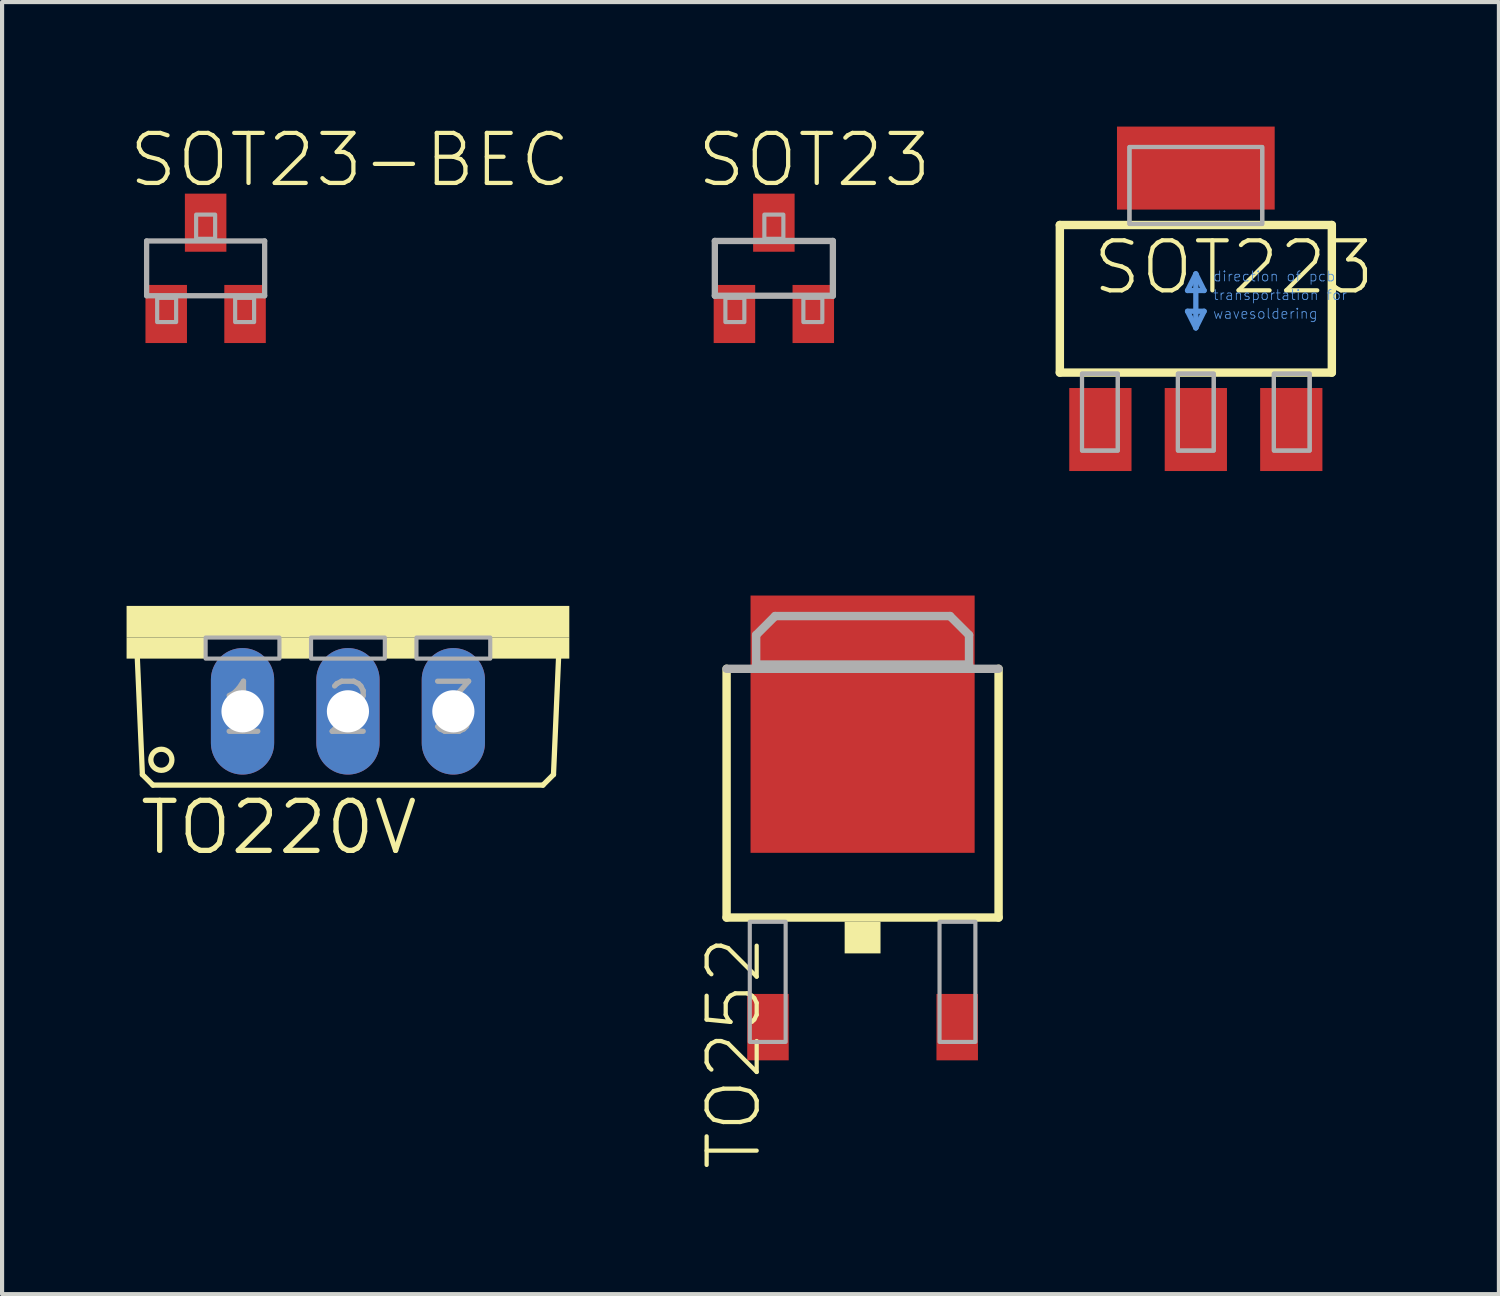
<source format=kicad_pcb>
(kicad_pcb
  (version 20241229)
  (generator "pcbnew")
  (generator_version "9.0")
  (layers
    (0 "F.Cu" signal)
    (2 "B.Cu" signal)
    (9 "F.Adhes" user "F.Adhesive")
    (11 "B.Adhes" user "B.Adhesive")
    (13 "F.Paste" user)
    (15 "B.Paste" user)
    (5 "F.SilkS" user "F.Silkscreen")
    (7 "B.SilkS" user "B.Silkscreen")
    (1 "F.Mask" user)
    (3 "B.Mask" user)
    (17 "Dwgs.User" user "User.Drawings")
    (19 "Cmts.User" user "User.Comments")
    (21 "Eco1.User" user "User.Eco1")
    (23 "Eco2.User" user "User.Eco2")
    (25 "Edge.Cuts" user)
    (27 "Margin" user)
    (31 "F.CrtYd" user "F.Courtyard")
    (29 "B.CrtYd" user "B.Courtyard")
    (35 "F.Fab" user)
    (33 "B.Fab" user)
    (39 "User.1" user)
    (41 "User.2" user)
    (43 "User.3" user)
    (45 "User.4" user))
  (footprint "SOT23-BEC"
    (layer "F.Cu")
    (at 1.905 3.416)
    (property "Reference" "SOT23-BEC" (at -1.905 -1.905 0) (layer "F.SilkS") (effects (font (size 1.206 1.206) (thickness 0.102)) (justify left bottom)))
    (attr through_hole)
    (fp_line (start -1.422 -0.66) (end 1.422 -0.66) (stroke (width 0.127) (type solid)) (layer "F.Fab"))
    (fp_line (start -1.422 0.66) (end -1.422 -0.66) (stroke (width 0.127) (type solid)) (layer "F.Fab"))
    (fp_line (start 1.422 -0.66) (end 1.422 0.66) (stroke (width 0.127) (type solid)) (layer "F.Fab"))
    (fp_line (start 1.422 0.66) (end -1.422 0.66) (stroke (width 0.127) (type solid)) (layer "F.Fab"))
    (fp_poly (pts (xy -1.168 1.295) (xy -0.711 1.295) (xy -0.711 0.711) (xy -1.168 0.711)) (stroke (width 0.1) (type solid)) (fill no) (layer "F.Fab"))
    (fp_poly (pts (xy -0.229 -0.711) (xy 0.229 -0.711) (xy 0.229 -1.295) (xy -0.229 -1.295)) (stroke (width 0.1) (type solid)) (fill no) (layer "F.Fab"))
    (fp_poly (pts (xy 0.711 1.295) (xy 1.168 1.295) (xy 1.168 0.711) (xy 0.711 0.711)) (stroke (width 0.1) (type solid)) (fill no) (layer "F.Fab"))
    (pad "B" smd rect (at -0.95 1.1) (size 1 1.4) (layers "F.Cu" "F.Mask" "F.Paste"))
    (pad "C" smd rect (at 0 -1.1) (size 1 1.4) (layers "F.Cu" "F.Mask" "F.Paste"))
    (pad "E" smd rect (at 0.95 1.1) (size 1 1.4) (layers "F.Cu" "F.Mask" "F.Paste")))
  (footprint "TO220V"
    (layer "F.Cu")
    (at 5.334 11.55)
    (property "Reference" "TO220V" (at -5.08 6.045 0) (layer "F.SilkS") (effects (font (size 1.206 1.206) (thickness 0.127)) (justify left bottom)))
    (attr through_hole)
    (fp_line (start -4.953 4.064) (end -5.08 1.143) (stroke (width 0.127) (type solid)) (layer "F.SilkS"))
    (fp_line (start -4.953 4.064) (end -4.699 4.318) (stroke (width 0.127) (type solid)) (layer "F.SilkS"))
    (fp_line (start 4.699 4.318) (end -4.699 4.318) (stroke (width 0.127) (type solid)) (layer "F.SilkS"))
    (fp_line (start 4.699 4.318) (end 4.953 4.064) (stroke (width 0.127) (type solid)) (layer "F.SilkS"))
    (fp_line (start 5.08 1.143) (end 4.953 4.064) (stroke (width 0.127) (type solid)) (layer "F.SilkS"))
    (fp_circle (center -4.496 3.708) (end -4.242 3.708) (stroke (width 0.127) (type solid)) (fill no) (layer "F.SilkS"))
    (fp_poly (pts (xy -5.334 0.762) (xy 5.334 0.762) (xy 5.334 0) (xy -5.334 0)) (stroke (width 0) (type solid)) (fill yes) (layer "F.SilkS"))
    (fp_poly (pts (xy -5.334 1.27) (xy -3.429 1.27) (xy -3.429 0.762) (xy -5.334 0.762)) (stroke (width 0) (type solid)) (fill yes) (layer "F.SilkS"))
    (fp_poly (pts (xy -1.651 1.27) (xy -0.889 1.27) (xy -0.889 0.762) (xy -1.651 0.762)) (stroke (width 0) (type solid)) (fill yes) (layer "F.SilkS"))
    (fp_poly (pts (xy 0.889 1.27) (xy 1.651 1.27) (xy 1.651 0.762) (xy 0.889 0.762)) (stroke (width 0) (type solid)) (fill yes) (layer "F.SilkS"))
    (fp_poly (pts (xy 3.429 1.27) (xy 5.334 1.27) (xy 5.334 0.762) (xy 3.429 0.762)) (stroke (width 0) (type solid)) (fill yes) (layer "F.SilkS"))
    (fp_poly (pts (xy -3.429 1.27) (xy -1.651 1.27) (xy -1.651 0.762) (xy -3.429 0.762)) (stroke (width 0.1) (type solid)) (fill no) (layer "F.Fab"))
    (fp_poly (pts (xy -0.889 1.27) (xy 0.889 1.27) (xy 0.889 0.762) (xy -0.889 0.762)) (stroke (width 0.1) (type solid)) (fill no) (layer "F.Fab"))
    (fp_poly (pts (xy 1.651 1.27) (xy 3.429 1.27) (xy 3.429 0.762) (xy 1.651 0.762)) (stroke (width 0.1) (type solid)) (fill no) (layer "F.Fab"))
    (fp_text user "2" (at -0.635 3.175 0) (layer "F.Fab") (effects (font (size 1.206 1.206) (thickness 0.127)) (justify left bottom)))
    (fp_text user "1" (at -3.175 3.175 0) (layer "F.Fab") (effects (font (size 1.206 1.206) (thickness 0.127)) (justify left bottom)))
    (fp_text user "3" (at 1.905 3.175 0) (layer "F.Fab") (effects (font (size 1.206 1.206) (thickness 0.127)) (justify left bottom)))
    (pad "1" thru_hole oval (at -2.54 2.54 90) (size 3.048 1.524) (drill 1.016) (layers "*.Cu" "*.Mask"))
    (pad "2" thru_hole oval (at 0 2.54 90) (size 3.048 1.524) (drill 1.016) (layers "*.Cu" "*.Mask"))
    (pad "3" thru_hole oval (at 2.54 2.54 90) (size 3.048 1.524) (drill 1.016) (layers "*.Cu" "*.Mask")))
  (footprint "TO252"
    (layer "F.Cu")
    (at 17.735 16.9)
    (property "Reference" "TO252" (at -3.81 2.54 90) (layer "F.SilkS") (effects (font (size 1.206 1.206) (thickness 0.102)) (justify right top)))
    (attr through_hole)
    (fp_line (start -3.277 2.159) (end -3.277 -3.835) (stroke (width 0.203) (type solid)) (layer "F.SilkS"))
    (fp_line (start 3.277 -3.835) (end 3.277 2.159) (stroke (width 0.203) (type solid)) (layer "F.SilkS"))
    (fp_line (start 3.277 2.159) (end -3.277 2.159) (stroke (width 0.203) (type solid)) (layer "F.SilkS"))
    (fp_poly (pts (xy -0.432 3.023) (xy 0.432 3.023) (xy 0.432 2.261) (xy -0.432 2.261)) (stroke (width 0) (type solid)) (fill yes) (layer "F.SilkS"))
    (fp_line (start -3.277 -3.835) (end 3.277 -3.835) (stroke (width 0.203) (type solid)) (layer "F.Fab"))
    (fp_line (start -2.565 -4.648) (end -2.108 -5.105) (stroke (width 0.203) (type solid)) (layer "F.Fab"))
    (fp_line (start -2.565 -3.937) (end -2.565 -4.648) (stroke (width 0.203) (type solid)) (layer "F.Fab"))
    (fp_line (start -2.108 -5.105) (end 2.108 -5.105) (stroke (width 0.203) (type solid)) (layer "F.Fab"))
    (fp_line (start 2.108 -5.105) (end 2.565 -4.648) (stroke (width 0.203) (type solid)) (layer "F.Fab"))
    (fp_line (start 2.565 -4.648) (end 2.565 -3.937) (stroke (width 0.203) (type solid)) (layer "F.Fab"))
    (fp_line (start 2.565 -3.937) (end -2.565 -3.937) (stroke (width 0.203) (type solid)) (layer "F.Fab"))
    (fp_poly (pts (xy -2.718 5.156) (xy -1.854 5.156) (xy -1.854 2.261) (xy -2.718 2.261)) (stroke (width 0.1) (type solid)) (fill no) (layer "F.Fab"))
    (fp_poly (pts (xy 1.854 5.156) (xy 2.718 5.156) (xy 2.718 2.261) (xy 1.854 2.261)) (stroke (width 0.1) (type solid)) (fill no) (layer "F.Fab"))
    (fp_poly (pts (xy -2.565 -3.937) (xy -2.565 -4.648) (xy -2.108 -5.105) (xy 2.108 -5.105) (xy 2.565 -4.648) (xy 2.565 -3.937)) (stroke (width 0.1) (type solid)) (fill no) (layer "F.Fab"))
    (pad "1" smd rect (at -2.28 4.8) (size 1 1.6) (layers "F.Cu" "F.Mask" "F.Paste"))
    (pad "2" smd rect (at 2.28 4.8) (size 1 1.6) (layers "F.Cu" "F.Mask" "F.Paste"))
    (pad "TAB" smd rect (at 0 -2.5) (size 5.4 6.2) (layers "F.Cu" "F.Mask" "F.Paste")))
  (footprint "SOT23"
    (layer "F.Cu")
    (at 15.597 3.416)
    (property "Reference" "SOT23" (at -1.905 -1.905 0) (layer "F.SilkS") (effects (font (size 1.206 1.206) (thickness 0.102)) (justify left bottom)))
    (attr through_hole)
    (fp_line (start -1.422 -0.66) (end 1.422 -0.66) (stroke (width 0.152) (type solid)) (layer "F.Fab"))
    (fp_line (start -1.422 0.66) (end -1.422 -0.66) (stroke (width 0.152) (type solid)) (layer "F.Fab"))
    (fp_line (start 1.422 -0.66) (end 1.422 0.66) (stroke (width 0.152) (type solid)) (layer "F.Fab"))
    (fp_line (start 1.422 0.66) (end -1.422 0.66) (stroke (width 0.152) (type solid)) (layer "F.Fab"))
    (fp_poly (pts (xy -1.168 1.295) (xy -0.711 1.295) (xy -0.711 0.711) (xy -1.168 0.711)) (stroke (width 0.1) (type solid)) (fill no) (layer "F.Fab"))
    (fp_poly (pts (xy -0.229 -0.711) (xy 0.229 -0.711) (xy 0.229 -1.295) (xy -0.229 -1.295)) (stroke (width 0.1) (type solid)) (fill no) (layer "F.Fab"))
    (fp_poly (pts (xy 0.711 1.295) (xy 1.168 1.295) (xy 1.168 0.711) (xy 0.711 0.711)) (stroke (width 0.1) (type solid)) (fill no) (layer "F.Fab"))
    (pad "1" smd rect (at -0.95 1.1) (size 1 1.4) (layers "F.Cu" "F.Mask" "F.Paste"))
    (pad "2" smd rect (at 0.95 1.1) (size 1 1.4) (layers "F.Cu" "F.Mask" "F.Paste"))
    (pad "3" smd rect (at 0 -1.1) (size 1 1.4) (layers "F.Cu" "F.Mask" "F.Paste")))
  (footprint "SOT223"
    (layer "F.Cu")
    (at 25.765 4.15)
    (property "Reference" "SOT223" (at -2.54 -0.051 0) (layer "F.SilkS") (effects (font (size 1.206 1.206) (thickness 0.102)) (justify left bottom)))
    (attr through_hole)
    (fp_line (start -3.277 -1.778) (end 3.277 -1.778) (stroke (width 0.203) (type solid)) (layer "F.SilkS"))
    (fp_line (start -3.277 1.778) (end -3.277 -1.778) (stroke (width 0.203) (type solid)) (layer "F.SilkS"))
    (fp_line (start 3.277 -1.778) (end 3.277 1.778) (stroke (width 0.203) (type solid)) (layer "F.SilkS"))
    (fp_line (start 3.277 1.778) (end -3.277 1.778) (stroke (width 0.203) (type solid)) (layer "F.SilkS"))
    (fp_line (start -0.2 -0.2) (end 0.2 -0.2) (stroke (width 0.127) (type solid)) (layer "Cmts.User"))
    (fp_line (start -0.2 0.3) (end 0 0.7) (stroke (width 0.127) (type solid)) (layer "Cmts.User"))
    (fp_line (start 0 -0.6) (end -0.2 -0.2) (stroke (width 0.127) (type solid)) (layer "Cmts.User"))
    (fp_line (start 0 0.7) (end 0 -0.6) (stroke (width 0.127) (type solid)) (layer "Cmts.User"))
    (fp_line (start 0 0.7) (end 0.2 0.3) (stroke (width 0.127) (type solid)) (layer "Cmts.User"))
    (fp_line (start 0.2 -0.2) (end 0 -0.6) (stroke (width 0.127) (type solid)) (layer "Cmts.User"))
    (fp_line (start 0.2 0.3) (end -0.2 0.3) (stroke (width 0.127) (type solid)) (layer "Cmts.User"))
    (fp_poly (pts (xy -2.743 1.803) (xy -2.743 3.658) (xy -1.88 3.658) (xy -1.88 1.803)) (stroke (width 0.1) (type solid)) (fill no) (layer "F.Fab"))
    (fp_poly (pts (xy -2.743 1.803) (xy -2.743 3.658) (xy -1.88 3.658) (xy -1.88 1.803)) (stroke (width 0.1) (type solid)) (fill no) (layer "F.Fab"))
    (fp_poly (pts (xy -1.6 -3.658) (xy -1.6 -1.803) (xy 1.6 -1.803) (xy 1.6 -3.658)) (stroke (width 0.1) (type solid)) (fill no) (layer "F.Fab"))
    (fp_poly (pts (xy -1.6 -3.658) (xy -1.6 -1.803) (xy 1.6 -1.803) (xy 1.6 -3.658)) (stroke (width 0.1) (type solid)) (fill no) (layer "F.Fab"))
    (fp_poly (pts (xy -0.432 1.803) (xy -0.432 3.658) (xy 0.432 3.658) (xy 0.432 1.803)) (stroke (width 0.1) (type solid)) (fill no) (layer "F.Fab"))
    (fp_poly (pts (xy -0.432 1.803) (xy -0.432 3.658) (xy 0.432 3.658) (xy 0.432 1.803)) (stroke (width 0.1) (type solid)) (fill no) (layer "F.Fab"))
    (fp_poly (pts (xy 1.88 1.803) (xy 1.88 3.658) (xy 2.743 3.658) (xy 2.743 1.803)) (stroke (width 0.1) (type solid)) (fill no) (layer "F.Fab"))
    (fp_poly (pts (xy 1.88 1.803) (xy 1.88 3.658) (xy 2.743 3.658) (xy 2.743 1.803)) (stroke (width 0.1) (type solid)) (fill no) (layer "F.Fab"))
    (fp_text user "transportation for" (at 0.4 0.05 0) (layer "Cmts.User") (effects (font (size 0.241 0.241) (thickness 0.02)) (justify left bottom)))
    (fp_text user "wavesoldering" (at 0.4 0.5 0) (layer "Cmts.User") (effects (font (size 0.241 0.241) (thickness 0.02)) (justify left bottom)))
    (fp_text user "direction of pcb" (at 0.4 -0.4 0) (layer "Cmts.User") (effects (font (size 0.241 0.241) (thickness 0.02)) (justify left bottom)))
    (pad "1" smd rect (at -2.3 3.15) (size 1.5 2) (layers "F.Cu" "F.Mask" "F.Paste"))
    (pad "2" smd rect (at 0 3.15) (size 1.5 2) (layers "F.Cu" "F.Mask" "F.Paste"))
    (pad "3" smd rect (at 2.3 3.15) (size 1.5 2) (layers "F.Cu" "F.Mask" "F.Paste"))
    (pad "4" smd rect (at 0 -3.15) (size 3.8 2) (layers "F.Cu" "F.Mask" "F.Paste")))
  (gr_rect
    (start -3 -3)
    (end 33.068 28.134)
    (stroke (width 0.1) (type default))
    (fill no)
    (layer "Edge.Cuts")))
</source>
